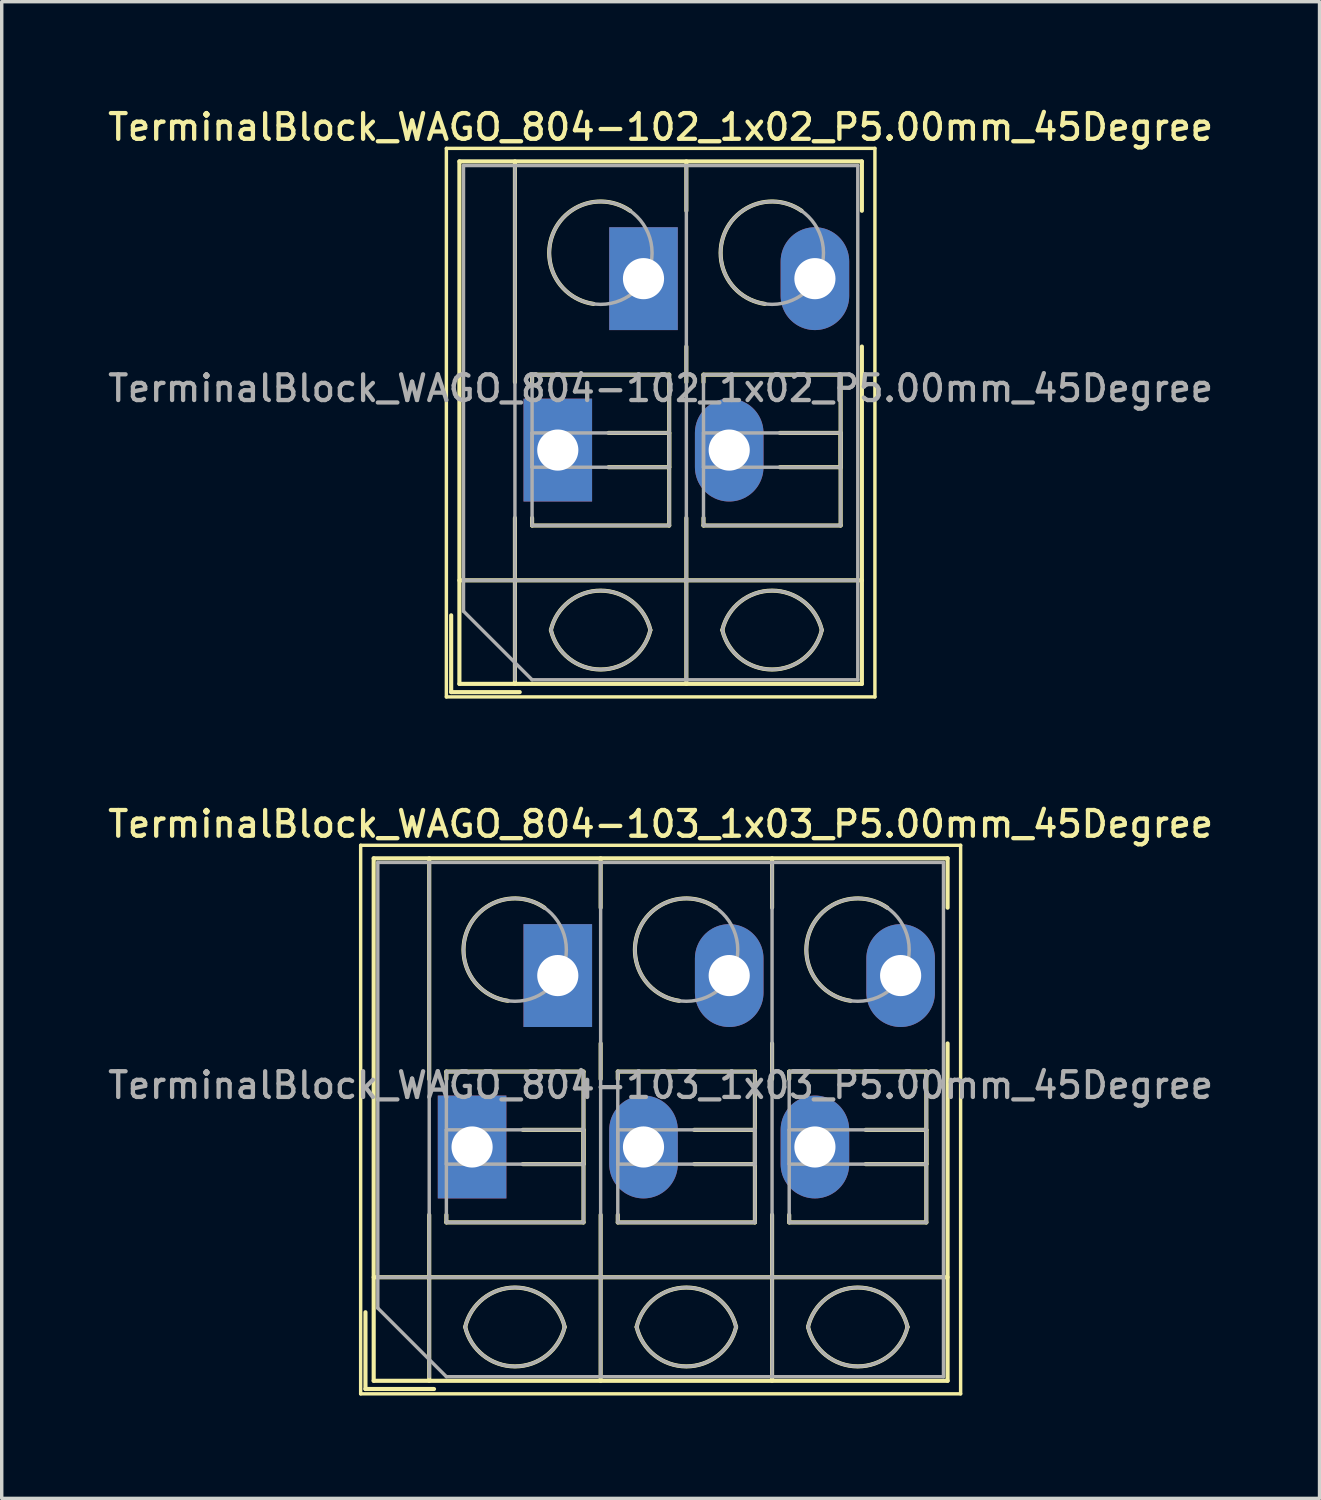
<source format=kicad_pcb>
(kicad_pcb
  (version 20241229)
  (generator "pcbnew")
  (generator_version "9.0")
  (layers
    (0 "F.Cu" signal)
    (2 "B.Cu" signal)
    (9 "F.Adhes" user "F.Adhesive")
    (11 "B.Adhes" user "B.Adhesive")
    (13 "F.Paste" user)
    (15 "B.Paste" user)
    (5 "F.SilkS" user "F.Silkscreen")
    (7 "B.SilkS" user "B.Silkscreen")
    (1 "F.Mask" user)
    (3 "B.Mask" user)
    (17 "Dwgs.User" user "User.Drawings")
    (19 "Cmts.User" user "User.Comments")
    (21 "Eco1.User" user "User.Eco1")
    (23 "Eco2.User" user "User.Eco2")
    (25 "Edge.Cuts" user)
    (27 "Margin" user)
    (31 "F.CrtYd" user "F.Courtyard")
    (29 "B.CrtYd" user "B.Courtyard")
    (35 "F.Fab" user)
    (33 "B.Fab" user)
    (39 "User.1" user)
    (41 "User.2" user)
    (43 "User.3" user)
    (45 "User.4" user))
  (footprint "TerminalBlock_WAGO_804-103_1x03_P5.00mm_45Degree"
    (layer "F.Cu")
    (at 10.72 30.406)
    (property "Reference" "TerminalBlock_WAGO_804-103_1x03_P5.00mm_45Degree" (at 5.5 -9.42 0) (layer "F.SilkS") (effects (font (size 0.75 0.75) (thickness 0.125))))
    (attr through_hole)
    (fp_line (start -3.25 -8.8) (end -3.25 7.2) (stroke (width 0.1) (type solid)) (layer "F.SilkS"))
    (fp_line (start -3.25 7.2) (end 14.25 7.2) (stroke (width 0.1) (type solid)) (layer "F.SilkS"))
    (fp_line (start -3.11 4.82) (end -3.11 7.06) (stroke (width 0.12) (type solid)) (layer "F.SilkS"))
    (fp_line (start -3.11 7.06) (end -1.11 7.06) (stroke (width 0.12) (type solid)) (layer "F.SilkS"))
    (fp_line (start -2.87 -8.42) (end -2.87 6.82) (stroke (width 0.12) (type solid)) (layer "F.SilkS"))
    (fp_line (start -2.87 -8.42) (end 13.87 -8.42) (stroke (width 0.12) (type solid)) (layer "F.SilkS"))
    (fp_line (start -2.87 3.8) (end 13.87 3.8) (stroke (width 0.12) (type solid)) (layer "F.SilkS"))
    (fp_line (start -2.87 6.82) (end 13.87 6.82) (stroke (width 0.12) (type solid)) (layer "F.SilkS"))
    (fp_line (start -1.25 -8.42) (end -1.25 -1.98) (stroke (width 0.12) (type solid)) (layer "F.SilkS"))
    (fp_line (start -1.25 1.98) (end -1.25 6.82) (stroke (width 0.12) (type solid)) (layer "F.SilkS"))
    (fp_line (start -0.75 -2.2) (end -0.75 -1.98) (stroke (width 0.12) (type solid)) (layer "F.SilkS"))
    (fp_line (start -0.75 -2.2) (end 3.25 -2.2) (stroke (width 0.12) (type solid)) (layer "F.SilkS"))
    (fp_line (start -0.75 1.98) (end -0.75 2.2) (stroke (width 0.12) (type solid)) (layer "F.SilkS"))
    (fp_line (start -0.75 2.2) (end 3.25 2.2) (stroke (width 0.12) (type solid)) (layer "F.SilkS"))
    (fp_line (start 1.48 -0.5) (end 3.25 -0.5) (stroke (width 0.12) (type solid)) (layer "F.SilkS"))
    (fp_line (start 1.48 0.5) (end 3.25 0.5) (stroke (width 0.12) (type solid)) (layer "F.SilkS"))
    (fp_line (start 3.25 -2.2) (end 3.25 2.2) (stroke (width 0.12) (type solid)) (layer "F.SilkS"))
    (fp_line (start 3.25 -0.5) (end 3.25 0.5) (stroke (width 0.12) (type solid)) (layer "F.SilkS"))
    (fp_line (start 3.75 -8.42) (end 3.75 -6.98) (stroke (width 0.12) (type solid)) (layer "F.SilkS"))
    (fp_line (start 3.75 -3.02) (end 3.75 -1.98) (stroke (width 0.12) (type solid)) (layer "F.SilkS"))
    (fp_line (start 3.75 1.98) (end 3.75 6.82) (stroke (width 0.12) (type solid)) (layer "F.SilkS"))
    (fp_line (start 4.25 -2.2) (end 4.25 -1.98) (stroke (width 0.12) (type solid)) (layer "F.SilkS"))
    (fp_line (start 4.25 -2.2) (end 8.25 -2.2) (stroke (width 0.12) (type solid)) (layer "F.SilkS"))
    (fp_line (start 4.25 1.98) (end 4.25 2.2) (stroke (width 0.12) (type solid)) (layer "F.SilkS"))
    (fp_line (start 4.25 2.2) (end 8.25 2.2) (stroke (width 0.12) (type solid)) (layer "F.SilkS"))
    (fp_line (start 6.48 -0.5) (end 8.25 -0.5) (stroke (width 0.12) (type solid)) (layer "F.SilkS"))
    (fp_line (start 6.48 0.5) (end 8.25 0.5) (stroke (width 0.12) (type solid)) (layer "F.SilkS"))
    (fp_line (start 8.25 -2.2) (end 8.25 2.2) (stroke (width 0.12) (type solid)) (layer "F.SilkS"))
    (fp_line (start 8.25 -0.5) (end 8.25 0.5) (stroke (width 0.12) (type solid)) (layer "F.SilkS"))
    (fp_line (start 8.75 -8.42) (end 8.75 -6.98) (stroke (width 0.12) (type solid)) (layer "F.SilkS"))
    (fp_line (start 8.75 -3.02) (end 8.75 -1.98) (stroke (width 0.12) (type solid)) (layer "F.SilkS"))
    (fp_line (start 8.75 1.98) (end 8.75 6.82) (stroke (width 0.12) (type solid)) (layer "F.SilkS"))
    (fp_line (start 9.25 -2.2) (end 9.25 -1.98) (stroke (width 0.12) (type solid)) (layer "F.SilkS"))
    (fp_line (start 9.25 -2.2) (end 13.25 -2.2) (stroke (width 0.12) (type solid)) (layer "F.SilkS"))
    (fp_line (start 9.25 1.98) (end 9.25 2.2) (stroke (width 0.12) (type solid)) (layer "F.SilkS"))
    (fp_line (start 9.25 2.2) (end 13.25 2.2) (stroke (width 0.12) (type solid)) (layer "F.SilkS"))
    (fp_line (start 11.48 -0.5) (end 13.25 -0.5) (stroke (width 0.12) (type solid)) (layer "F.SilkS"))
    (fp_line (start 11.48 0.5) (end 13.25 0.5) (stroke (width 0.12) (type solid)) (layer "F.SilkS"))
    (fp_line (start 13.25 -2.2) (end 13.25 2.2) (stroke (width 0.12) (type solid)) (layer "F.SilkS"))
    (fp_line (start 13.25 -0.5) (end 13.25 0.5) (stroke (width 0.12) (type solid)) (layer "F.SilkS"))
    (fp_line (start 13.87 -8.42) (end 13.87 -6.98) (stroke (width 0.12) (type solid)) (layer "F.SilkS"))
    (fp_line (start 13.87 -3.02) (end 13.87 6.82) (stroke (width 0.12) (type solid)) (layer "F.SilkS"))
    (fp_line (start 14.25 -8.8) (end -3.25 -8.8) (stroke (width 0.1) (type solid)) (layer "F.SilkS"))
    (fp_line (start 14.25 7.2) (end 14.25 -8.8) (stroke (width 0.1) (type solid)) (layer "F.SilkS"))
    (fp_arc (start -0.200865 5.250424) (mid 1.250296 4.099926) (end 2.701 5.251) (stroke (width 0.12) (type solid)) (layer "F.SilkS"))
    (fp_arc (start 1.040798 -4.264067) (mid -0.146039 -6.300306) (end 2.111 -6.979) (stroke (width 0.12) (type solid)) (layer "F.SilkS"))
    (fp_arc (start 2.7 5.25) (mid 1.250068 6.400101) (end -0.199969 5.250133) (stroke (width 0.12) (type solid)) (layer "F.SilkS"))
    (fp_arc (start 4.799135 5.250424) (mid 6.250296 4.099926) (end 7.701 5.251) (stroke (width 0.12) (type solid)) (layer "F.SilkS"))
    (fp_arc (start 6.040798 -4.264067) (mid 4.853961 -6.300306) (end 7.111 -6.979) (stroke (width 0.12) (type solid)) (layer "F.SilkS"))
    (fp_arc (start 7.7 5.25) (mid 6.250068 6.400101) (end 4.800031 5.250133) (stroke (width 0.12) (type solid)) (layer "F.SilkS"))
    (fp_arc (start 9.799135 5.250424) (mid 11.250296 4.099926) (end 12.701 5.251) (stroke (width 0.12) (type solid)) (layer "F.SilkS"))
    (fp_arc (start 11.040798 -4.264067) (mid 9.853961 -6.300306) (end 12.111 -6.979) (stroke (width 0.12) (type solid)) (layer "F.SilkS"))
    (fp_arc (start 12.7 5.25) (mid 11.250068 6.400101) (end 9.800031 5.250133) (stroke (width 0.12) (type solid)) (layer "F.SilkS"))
    (fp_line (start -2.75 -8.3) (end 13.75 -8.3) (stroke (width 0.1) (type solid)) (layer "F.Fab"))
    (fp_line (start -2.75 3.8) (end 13.75 3.8) (stroke (width 0.1) (type solid)) (layer "F.Fab"))
    (fp_line (start -2.75 4.7) (end -2.75 -8.3) (stroke (width 0.1) (type solid)) (layer "F.Fab"))
    (fp_line (start -1.25 -8.3) (end -1.25 6.7) (stroke (width 0.1) (type solid)) (layer "F.Fab"))
    (fp_line (start -0.75 -2.2) (end -0.75 2.2) (stroke (width 0.1) (type solid)) (layer "F.Fab"))
    (fp_line (start -0.75 -0.5) (end -0.75 0.5) (stroke (width 0.1) (type solid)) (layer "F.Fab"))
    (fp_line (start -0.75 0.5) (end 3.25 0.5) (stroke (width 0.1) (type solid)) (layer "F.Fab"))
    (fp_line (start -0.75 2.2) (end 3.25 2.2) (stroke (width 0.1) (type solid)) (layer "F.Fab"))
    (fp_line (start -0.75 6.7) (end -2.75 4.7) (stroke (width 0.1) (type solid)) (layer "F.Fab"))
    (fp_line (start 3.25 -2.2) (end -0.75 -2.2) (stroke (width 0.1) (type solid)) (layer "F.Fab"))
    (fp_line (start 3.25 -0.5) (end -0.75 -0.5) (stroke (width 0.1) (type solid)) (layer "F.Fab"))
    (fp_line (start 3.25 0.5) (end 3.25 -0.5) (stroke (width 0.1) (type solid)) (layer "F.Fab"))
    (fp_line (start 3.25 2.2) (end 3.25 -2.2) (stroke (width 0.1) (type solid)) (layer "F.Fab"))
    (fp_line (start 3.75 -8.3) (end 3.75 6.7) (stroke (width 0.1) (type solid)) (layer "F.Fab"))
    (fp_line (start 4.25 -2.2) (end 4.25 2.2) (stroke (width 0.1) (type solid)) (layer "F.Fab"))
    (fp_line (start 4.25 -0.5) (end 4.25 0.5) (stroke (width 0.1) (type solid)) (layer "F.Fab"))
    (fp_line (start 4.25 0.5) (end 8.25 0.5) (stroke (width 0.1) (type solid)) (layer "F.Fab"))
    (fp_line (start 4.25 2.2) (end 8.25 2.2) (stroke (width 0.1) (type solid)) (layer "F.Fab"))
    (fp_line (start 8.25 -2.2) (end 4.25 -2.2) (stroke (width 0.1) (type solid)) (layer "F.Fab"))
    (fp_line (start 8.25 -0.5) (end 4.25 -0.5) (stroke (width 0.1) (type solid)) (layer "F.Fab"))
    (fp_line (start 8.25 0.5) (end 8.25 -0.5) (stroke (width 0.1) (type solid)) (layer "F.Fab"))
    (fp_line (start 8.25 2.2) (end 8.25 -2.2) (stroke (width 0.1) (type solid)) (layer "F.Fab"))
    (fp_line (start 8.75 -8.3) (end 8.75 6.7) (stroke (width 0.1) (type solid)) (layer "F.Fab"))
    (fp_line (start 9.25 -2.2) (end 9.25 2.2) (stroke (width 0.1) (type solid)) (layer "F.Fab"))
    (fp_line (start 9.25 -0.5) (end 9.25 0.5) (stroke (width 0.1) (type solid)) (layer "F.Fab"))
    (fp_line (start 9.25 0.5) (end 13.25 0.5) (stroke (width 0.1) (type solid)) (layer "F.Fab"))
    (fp_line (start 9.25 2.2) (end 13.25 2.2) (stroke (width 0.1) (type solid)) (layer "F.Fab"))
    (fp_line (start 13.25 -2.2) (end 9.25 -2.2) (stroke (width 0.1) (type solid)) (layer "F.Fab"))
    (fp_line (start 13.25 -0.5) (end 9.25 -0.5) (stroke (width 0.1) (type solid)) (layer "F.Fab"))
    (fp_line (start 13.25 0.5) (end 13.25 -0.5) (stroke (width 0.1) (type solid)) (layer "F.Fab"))
    (fp_line (start 13.25 2.2) (end 13.25 -2.2) (stroke (width 0.1) (type solid)) (layer "F.Fab"))
    (fp_line (start 13.75 -8.3) (end 13.75 6.7) (stroke (width 0.1) (type solid)) (layer "F.Fab"))
    (fp_line (start 13.75 6.7) (end -0.75 6.7) (stroke (width 0.1) (type solid)) (layer "F.Fab"))
    (fp_arc (start -0.200865 5.250424) (mid 1.250296 4.099926) (end 2.701 5.251) (stroke (width 0.1) (type solid)) (layer "F.Fab"))
    (fp_arc (start 2.7 5.25) (mid 1.250068 6.400101) (end -0.199969 5.250133) (stroke (width 0.1) (type solid)) (layer "F.Fab"))
    (fp_arc (start 4.799135 5.250424) (mid 6.250296 4.099926) (end 7.701 5.251) (stroke (width 0.1) (type solid)) (layer "F.Fab"))
    (fp_arc (start 7.7 5.25) (mid 6.250068 6.400101) (end 4.800031 5.250133) (stroke (width 0.1) (type solid)) (layer "F.Fab"))
    (fp_arc (start 9.799135 5.250424) (mid 11.250296 4.099926) (end 12.701 5.251) (stroke (width 0.1) (type solid)) (layer "F.Fab"))
    (fp_arc (start 12.7 5.25) (mid 11.250068 6.400101) (end 9.800031 5.250133) (stroke (width 0.1) (type solid)) (layer "F.Fab"))
    (fp_circle (center 1.25 -5.75) (end 2.75 -5.75) (stroke (width 0.1) (type solid)) (fill no) (layer "F.Fab"))
    (fp_circle (center 6.25 -5.75) (end 7.75 -5.75) (stroke (width 0.1) (type solid)) (fill no) (layer "F.Fab"))
    (fp_circle (center 11.25 -5.75) (end 12.75 -5.75) (stroke (width 0.1) (type solid)) (fill no) (layer "F.Fab"))
    (fp_text user "${REFERENCE}" (at 5.5 -1.8 0) (layer "F.Fab") (effects (font (size 0.75 0.75) (thickness 0.125))))
    (pad "1" thru_hole rect (at 0 0) (size 2 3) (drill 1.2) (layers "*.Cu" "*.Mask"))
    (pad "1" thru_hole rect (at 2.5 -5) (size 2 3) (drill 1.2) (layers "*.Cu" "*.Mask"))
    (pad "2" thru_hole oval (at 5 0) (size 2 3) (drill 1.2) (layers "*.Cu" "*.Mask"))
    (pad "2" thru_hole oval (at 7.5 -5) (size 2 3) (drill 1.2) (layers "*.Cu" "*.Mask"))
    (pad "3" thru_hole oval (at 10 0) (size 2 3) (drill 1.2) (layers "*.Cu" "*.Mask"))
    (pad "3" thru_hole oval (at 12.5 -5) (size 2 3) (drill 1.2) (layers "*.Cu" "*.Mask")))
  (footprint "TerminalBlock_WAGO_804-102_1x02_P5.00mm_45Degree"
    (layer "F.Cu")
    (at 13.22 10.078)
    (property "Reference" "TerminalBlock_WAGO_804-102_1x02_P5.00mm_45Degree" (at 3 -9.42 0) (layer "F.SilkS") (effects (font (size 0.75 0.75) (thickness 0.125))))
    (attr through_hole)
    (fp_line (start -3.25 -8.8) (end -3.25 7.2) (stroke (width 0.1) (type solid)) (layer "F.SilkS"))
    (fp_line (start -3.25 7.2) (end 9.25 7.2) (stroke (width 0.1) (type solid)) (layer "F.SilkS"))
    (fp_line (start -3.11 4.82) (end -3.11 7.06) (stroke (width 0.12) (type solid)) (layer "F.SilkS"))
    (fp_line (start -3.11 7.06) (end -1.11 7.06) (stroke (width 0.12) (type solid)) (layer "F.SilkS"))
    (fp_line (start -2.87 -8.42) (end -2.87 6.82) (stroke (width 0.12) (type solid)) (layer "F.SilkS"))
    (fp_line (start -2.87 -8.42) (end 8.87 -8.42) (stroke (width 0.12) (type solid)) (layer "F.SilkS"))
    (fp_line (start -2.87 3.8) (end 8.87 3.8) (stroke (width 0.12) (type solid)) (layer "F.SilkS"))
    (fp_line (start -2.87 6.82) (end 8.87 6.82) (stroke (width 0.12) (type solid)) (layer "F.SilkS"))
    (fp_line (start -1.25 -8.42) (end -1.25 -1.98) (stroke (width 0.12) (type solid)) (layer "F.SilkS"))
    (fp_line (start -1.25 1.98) (end -1.25 6.82) (stroke (width 0.12) (type solid)) (layer "F.SilkS"))
    (fp_line (start -0.75 -2.2) (end -0.75 -1.98) (stroke (width 0.12) (type solid)) (layer "F.SilkS"))
    (fp_line (start -0.75 -2.2) (end 3.25 -2.2) (stroke (width 0.12) (type solid)) (layer "F.SilkS"))
    (fp_line (start -0.75 1.98) (end -0.75 2.2) (stroke (width 0.12) (type solid)) (layer "F.SilkS"))
    (fp_line (start -0.75 2.2) (end 3.25 2.2) (stroke (width 0.12) (type solid)) (layer "F.SilkS"))
    (fp_line (start 1.48 -0.5) (end 3.25 -0.5) (stroke (width 0.12) (type solid)) (layer "F.SilkS"))
    (fp_line (start 1.48 0.5) (end 3.25 0.5) (stroke (width 0.12) (type solid)) (layer "F.SilkS"))
    (fp_line (start 3.25 -2.2) (end 3.25 2.2) (stroke (width 0.12) (type solid)) (layer "F.SilkS"))
    (fp_line (start 3.25 -0.5) (end 3.25 0.5) (stroke (width 0.12) (type solid)) (layer "F.SilkS"))
    (fp_line (start 3.75 -8.42) (end 3.75 -6.98) (stroke (width 0.12) (type solid)) (layer "F.SilkS"))
    (fp_line (start 3.75 -3.02) (end 3.75 -1.98) (stroke (width 0.12) (type solid)) (layer "F.SilkS"))
    (fp_line (start 3.75 1.98) (end 3.75 6.82) (stroke (width 0.12) (type solid)) (layer "F.SilkS"))
    (fp_line (start 4.25 -2.2) (end 4.25 -1.98) (stroke (width 0.12) (type solid)) (layer "F.SilkS"))
    (fp_line (start 4.25 -2.2) (end 8.25 -2.2) (stroke (width 0.12) (type solid)) (layer "F.SilkS"))
    (fp_line (start 4.25 1.98) (end 4.25 2.2) (stroke (width 0.12) (type solid)) (layer "F.SilkS"))
    (fp_line (start 4.25 2.2) (end 8.25 2.2) (stroke (width 0.12) (type solid)) (layer "F.SilkS"))
    (fp_line (start 6.48 -0.5) (end 8.25 -0.5) (stroke (width 0.12) (type solid)) (layer "F.SilkS"))
    (fp_line (start 6.48 0.5) (end 8.25 0.5) (stroke (width 0.12) (type solid)) (layer "F.SilkS"))
    (fp_line (start 8.25 -2.2) (end 8.25 2.2) (stroke (width 0.12) (type solid)) (layer "F.SilkS"))
    (fp_line (start 8.25 -0.5) (end 8.25 0.5) (stroke (width 0.12) (type solid)) (layer "F.SilkS"))
    (fp_line (start 8.87 -8.42) (end 8.87 -6.98) (stroke (width 0.12) (type solid)) (layer "F.SilkS"))
    (fp_line (start 8.87 -3.02) (end 8.87 6.82) (stroke (width 0.12) (type solid)) (layer "F.SilkS"))
    (fp_line (start 9.25 -8.8) (end -3.25 -8.8) (stroke (width 0.1) (type solid)) (layer "F.SilkS"))
    (fp_line (start 9.25 7.2) (end 9.25 -8.8) (stroke (width 0.1) (type solid)) (layer "F.SilkS"))
    (fp_arc (start -0.200865 5.250424) (mid 1.250296 4.099926) (end 2.701 5.251) (stroke (width 0.12) (type solid)) (layer "F.SilkS"))
    (fp_arc (start 1.040798 -4.264067) (mid -0.146039 -6.300306) (end 2.111 -6.979) (stroke (width 0.12) (type solid)) (layer "F.SilkS"))
    (fp_arc (start 2.7 5.25) (mid 1.250068 6.400101) (end -0.199969 5.250133) (stroke (width 0.12) (type solid)) (layer "F.SilkS"))
    (fp_arc (start 4.799135 5.250424) (mid 6.250296 4.099926) (end 7.701 5.251) (stroke (width 0.12) (type solid)) (layer "F.SilkS"))
    (fp_arc (start 6.040798 -4.264067) (mid 4.853961 -6.300306) (end 7.111 -6.979) (stroke (width 0.12) (type solid)) (layer "F.SilkS"))
    (fp_arc (start 7.7 5.25) (mid 6.250068 6.400101) (end 4.800031 5.250133) (stroke (width 0.12) (type solid)) (layer "F.SilkS"))
    (fp_line (start -2.75 -8.3) (end 8.75 -8.3) (stroke (width 0.1) (type solid)) (layer "F.Fab"))
    (fp_line (start -2.75 3.8) (end 8.75 3.8) (stroke (width 0.1) (type solid)) (layer "F.Fab"))
    (fp_line (start -2.75 4.7) (end -2.75 -8.3) (stroke (width 0.1) (type solid)) (layer "F.Fab"))
    (fp_line (start -1.25 -8.3) (end -1.25 6.7) (stroke (width 0.1) (type solid)) (layer "F.Fab"))
    (fp_line (start -0.75 -2.2) (end -0.75 2.2) (stroke (width 0.1) (type solid)) (layer "F.Fab"))
    (fp_line (start -0.75 -0.5) (end -0.75 0.5) (stroke (width 0.1) (type solid)) (layer "F.Fab"))
    (fp_line (start -0.75 0.5) (end 3.25 0.5) (stroke (width 0.1) (type solid)) (layer "F.Fab"))
    (fp_line (start -0.75 2.2) (end 3.25 2.2) (stroke (width 0.1) (type solid)) (layer "F.Fab"))
    (fp_line (start -0.75 6.7) (end -2.75 4.7) (stroke (width 0.1) (type solid)) (layer "F.Fab"))
    (fp_line (start 3.25 -2.2) (end -0.75 -2.2) (stroke (width 0.1) (type solid)) (layer "F.Fab"))
    (fp_line (start 3.25 -0.5) (end -0.75 -0.5) (stroke (width 0.1) (type solid)) (layer "F.Fab"))
    (fp_line (start 3.25 0.5) (end 3.25 -0.5) (stroke (width 0.1) (type solid)) (layer "F.Fab"))
    (fp_line (start 3.25 2.2) (end 3.25 -2.2) (stroke (width 0.1) (type solid)) (layer "F.Fab"))
    (fp_line (start 3.75 -8.3) (end 3.75 6.7) (stroke (width 0.1) (type solid)) (layer "F.Fab"))
    (fp_line (start 4.25 -2.2) (end 4.25 2.2) (stroke (width 0.1) (type solid)) (layer "F.Fab"))
    (fp_line (start 4.25 -0.5) (end 4.25 0.5) (stroke (width 0.1) (type solid)) (layer "F.Fab"))
    (fp_line (start 4.25 0.5) (end 8.25 0.5) (stroke (width 0.1) (type solid)) (layer "F.Fab"))
    (fp_line (start 4.25 2.2) (end 8.25 2.2) (stroke (width 0.1) (type solid)) (layer "F.Fab"))
    (fp_line (start 8.25 -2.2) (end 4.25 -2.2) (stroke (width 0.1) (type solid)) (layer "F.Fab"))
    (fp_line (start 8.25 -0.5) (end 4.25 -0.5) (stroke (width 0.1) (type solid)) (layer "F.Fab"))
    (fp_line (start 8.25 0.5) (end 8.25 -0.5) (stroke (width 0.1) (type solid)) (layer "F.Fab"))
    (fp_line (start 8.25 2.2) (end 8.25 -2.2) (stroke (width 0.1) (type solid)) (layer "F.Fab"))
    (fp_line (start 8.75 -8.3) (end 8.75 6.7) (stroke (width 0.1) (type solid)) (layer "F.Fab"))
    (fp_line (start 8.75 6.7) (end -0.75 6.7) (stroke (width 0.1) (type solid)) (layer "F.Fab"))
    (fp_arc (start -0.200865 5.250424) (mid 1.250296 4.099926) (end 2.701 5.251) (stroke (width 0.1) (type solid)) (layer "F.Fab"))
    (fp_arc (start 2.7 5.25) (mid 1.250068 6.400101) (end -0.199969 5.250133) (stroke (width 0.1) (type solid)) (layer "F.Fab"))
    (fp_arc (start 4.799135 5.250424) (mid 6.250296 4.099926) (end 7.701 5.251) (stroke (width 0.1) (type solid)) (layer "F.Fab"))
    (fp_arc (start 7.7 5.25) (mid 6.250068 6.400101) (end 4.800031 5.250133) (stroke (width 0.1) (type solid)) (layer "F.Fab"))
    (fp_circle (center 1.25 -5.75) (end 2.75 -5.75) (stroke (width 0.1) (type solid)) (fill no) (layer "F.Fab"))
    (fp_circle (center 6.25 -5.75) (end 7.75 -5.75) (stroke (width 0.1) (type solid)) (fill no) (layer "F.Fab"))
    (fp_text user "${REFERENCE}" (at 3 -1.8 0) (layer "F.Fab") (effects (font (size 0.75 0.75) (thickness 0.125))))
    (pad "1" thru_hole rect (at 0 0) (size 2 3) (drill 1.2) (layers "*.Cu" "*.Mask"))
    (pad "1" thru_hole rect (at 2.5 -5) (size 2 3) (drill 1.2) (layers "*.Cu" "*.Mask"))
    (pad "2" thru_hole oval (at 5 0) (size 2 3) (drill 1.2) (layers "*.Cu" "*.Mask"))
    (pad "2" thru_hole oval (at 7.5 -5) (size 2 3) (drill 1.2) (layers "*.Cu" "*.Mask")))
  (gr_rect
    (start -3 -3)
    (end 35.439 40.656)
    (stroke (width 0.1) (type default))
    (fill no)
    (layer "Edge.Cuts")))
</source>
